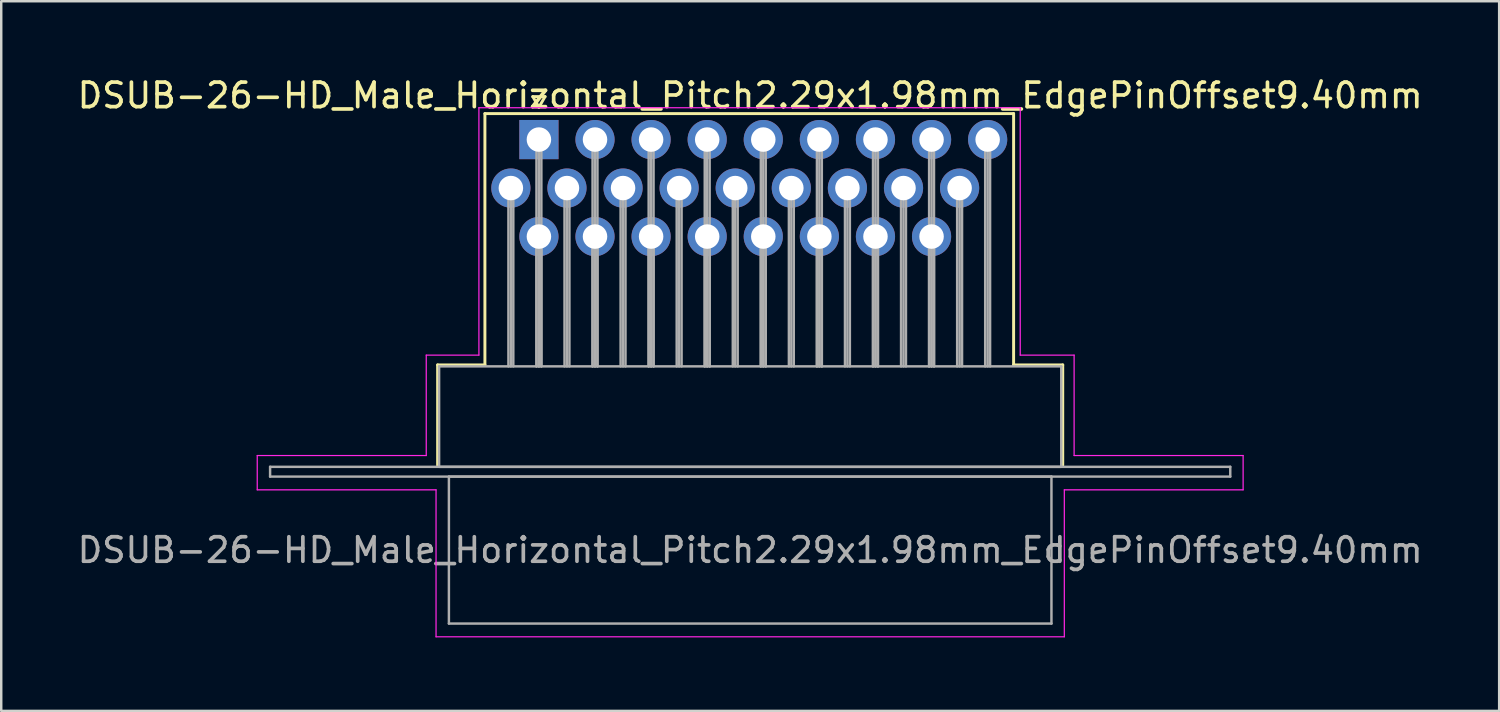
<source format=kicad_pcb>
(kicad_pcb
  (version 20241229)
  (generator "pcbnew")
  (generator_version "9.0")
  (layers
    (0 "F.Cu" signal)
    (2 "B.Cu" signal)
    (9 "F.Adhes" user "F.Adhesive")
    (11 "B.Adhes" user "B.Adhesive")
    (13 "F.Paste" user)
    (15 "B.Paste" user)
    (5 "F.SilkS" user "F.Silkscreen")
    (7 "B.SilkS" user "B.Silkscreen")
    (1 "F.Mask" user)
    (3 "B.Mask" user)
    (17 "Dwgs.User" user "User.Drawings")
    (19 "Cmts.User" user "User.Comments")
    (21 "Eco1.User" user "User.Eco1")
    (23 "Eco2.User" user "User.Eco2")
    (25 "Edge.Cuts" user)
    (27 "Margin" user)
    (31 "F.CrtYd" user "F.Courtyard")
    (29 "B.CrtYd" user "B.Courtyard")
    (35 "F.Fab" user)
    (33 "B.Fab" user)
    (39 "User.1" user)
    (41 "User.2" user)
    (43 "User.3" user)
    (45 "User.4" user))
  (footprint "DSUB-26-HD_Male_Horizontal_Pitch2.29x1.98mm_EdgePinOffset9.40mm"
    (layer "F.Cu")
    (at 18.952 2.648)
    (property "Reference" "DSUB-26-HD_Male_Horizontal_Pitch2.29x1.98mm_EdgePinOffset9.40mm" (at 8.625 -1.8 0) (layer "F.SilkS") (effects (font (size 1 1) (thickness 0.15))))
    (attr through_hole)
    (fp_line (start -4.135 9.2) (end -2.205 9.2) (stroke (width 0.12) (type solid)) (layer "F.SilkS"))
    (fp_line (start -4.135 13.3) (end -4.135 9.2) (stroke (width 0.12) (type solid)) (layer "F.SilkS"))
    (fp_line (start -2.205 -1.06) (end 19.38 -1.06) (stroke (width 0.12) (type solid)) (layer "F.SilkS"))
    (fp_line (start -2.205 9.2) (end -2.205 -1.06) (stroke (width 0.12) (type solid)) (layer "F.SilkS"))
    (fp_line (start -0.25 -1.754) (end 0.25 -1.754) (stroke (width 0.12) (type solid)) (layer "F.SilkS"))
    (fp_line (start 0 -1.321) (end -0.25 -1.754) (stroke (width 0.12) (type solid)) (layer "F.SilkS"))
    (fp_line (start 0.25 -1.754) (end 0 -1.321) (stroke (width 0.12) (type solid)) (layer "F.SilkS"))
    (fp_line (start 19.38 -1.06) (end 19.38 9.2) (stroke (width 0.12) (type solid)) (layer "F.SilkS"))
    (fp_line (start 19.38 9.2) (end 21.385 9.2) (stroke (width 0.12) (type solid)) (layer "F.SilkS"))
    (fp_line (start 21.385 9.2) (end 21.385 13.3) (stroke (width 0.12) (type solid)) (layer "F.SilkS"))
    (fp_line (start -11.5 12.9) (end -4.6 12.9) (stroke (width 0.05) (type solid)) (layer "F.CrtYd"))
    (fp_line (start -11.5 14.3) (end -11.5 12.9) (stroke (width 0.05) (type solid)) (layer "F.CrtYd"))
    (fp_line (start -4.6 8.8) (end -2.45 8.8) (stroke (width 0.05) (type solid)) (layer "F.CrtYd"))
    (fp_line (start -4.6 12.9) (end -4.6 8.8) (stroke (width 0.05) (type solid)) (layer "F.CrtYd"))
    (fp_line (start -4.2 14.3) (end -11.5 14.3) (stroke (width 0.05) (type solid)) (layer "F.CrtYd"))
    (fp_line (start -4.2 20.3) (end -4.2 14.3) (stroke (width 0.05) (type solid)) (layer "F.CrtYd"))
    (fp_line (start -2.45 -1.3) (end 19.65 -1.3) (stroke (width 0.05) (type solid)) (layer "F.CrtYd"))
    (fp_line (start -2.45 8.8) (end -2.45 -1.3) (stroke (width 0.05) (type solid)) (layer "F.CrtYd"))
    (fp_line (start 19.65 -1.3) (end 19.65 8.8) (stroke (width 0.05) (type solid)) (layer "F.CrtYd"))
    (fp_line (start 19.65 8.8) (end 21.85 8.8) (stroke (width 0.05) (type solid)) (layer "F.CrtYd"))
    (fp_line (start 21.45 14.3) (end 21.45 20.3) (stroke (width 0.05) (type solid)) (layer "F.CrtYd"))
    (fp_line (start 21.45 20.3) (end -4.2 20.3) (stroke (width 0.05) (type solid)) (layer "F.CrtYd"))
    (fp_line (start 21.85 8.8) (end 21.85 12.9) (stroke (width 0.05) (type solid)) (layer "F.CrtYd"))
    (fp_line (start 21.85 12.9) (end 28.75 12.9) (stroke (width 0.05) (type solid)) (layer "F.CrtYd"))
    (fp_line (start 28.75 12.9) (end 28.75 14.3) (stroke (width 0.05) (type solid)) (layer "F.CrtYd"))
    (fp_line (start 28.75 14.3) (end 21.45 14.3) (stroke (width 0.05) (type solid)) (layer "F.CrtYd"))
    (fp_line (start -10.975 13.36) (end -10.975 13.76) (stroke (width 0.1) (type solid)) (layer "F.Fab"))
    (fp_line (start -10.975 13.76) (end 28.225 13.76) (stroke (width 0.1) (type solid)) (layer "F.Fab"))
    (fp_line (start -4.075 9.26) (end -4.075 13.36) (stroke (width 0.1) (type solid)) (layer "F.Fab"))
    (fp_line (start -4.075 13.36) (end 21.325 13.36) (stroke (width 0.1) (type solid)) (layer "F.Fab"))
    (fp_line (start -3.675 13.76) (end -3.675 19.76) (stroke (width 0.1) (type solid)) (layer "F.Fab"))
    (fp_line (start -3.675 19.76) (end 20.925 19.76) (stroke (width 0.1) (type solid)) (layer "F.Fab"))
    (fp_line (start -1.245 1.98) (end -1.245 9.26) (stroke (width 0.1) (type solid)) (layer "F.Fab"))
    (fp_line (start -1.145 1.98) (end -1.145 9.26) (stroke (width 0.1) (type solid)) (layer "F.Fab"))
    (fp_line (start -1.045 1.98) (end -1.045 9.26) (stroke (width 0.1) (type solid)) (layer "F.Fab"))
    (fp_line (start -0.1 0) (end -0.1 9.26) (stroke (width 0.1) (type solid)) (layer "F.Fab"))
    (fp_line (start -0.1 3.96) (end -0.1 9.26) (stroke (width 0.1) (type solid)) (layer "F.Fab"))
    (fp_line (start 0 0) (end 0 9.26) (stroke (width 0.1) (type solid)) (layer "F.Fab"))
    (fp_line (start 0 3.96) (end 0 9.26) (stroke (width 0.1) (type solid)) (layer "F.Fab"))
    (fp_line (start 0.1 0) (end 0.1 9.26) (stroke (width 0.1) (type solid)) (layer "F.Fab"))
    (fp_line (start 0.1 3.96) (end 0.1 9.26) (stroke (width 0.1) (type solid)) (layer "F.Fab"))
    (fp_line (start 1.045 1.98) (end 1.045 9.26) (stroke (width 0.1) (type solid)) (layer "F.Fab"))
    (fp_line (start 1.145 1.98) (end 1.145 9.26) (stroke (width 0.1) (type solid)) (layer "F.Fab"))
    (fp_line (start 1.245 1.98) (end 1.245 9.26) (stroke (width 0.1) (type solid)) (layer "F.Fab"))
    (fp_line (start 2.19 0) (end 2.19 9.26) (stroke (width 0.1) (type solid)) (layer "F.Fab"))
    (fp_line (start 2.19 3.96) (end 2.19 9.26) (stroke (width 0.1) (type solid)) (layer "F.Fab"))
    (fp_line (start 2.29 0) (end 2.29 9.26) (stroke (width 0.1) (type solid)) (layer "F.Fab"))
    (fp_line (start 2.29 3.96) (end 2.29 9.26) (stroke (width 0.1) (type solid)) (layer "F.Fab"))
    (fp_line (start 2.39 0) (end 2.39 9.26) (stroke (width 0.1) (type solid)) (layer "F.Fab"))
    (fp_line (start 2.39 3.96) (end 2.39 9.26) (stroke (width 0.1) (type solid)) (layer "F.Fab"))
    (fp_line (start 3.335 1.98) (end 3.335 9.26) (stroke (width 0.1) (type solid)) (layer "F.Fab"))
    (fp_line (start 3.435 1.98) (end 3.435 9.26) (stroke (width 0.1) (type solid)) (layer "F.Fab"))
    (fp_line (start 3.535 1.98) (end 3.535 9.26) (stroke (width 0.1) (type solid)) (layer "F.Fab"))
    (fp_line (start 4.48 0) (end 4.48 9.26) (stroke (width 0.1) (type solid)) (layer "F.Fab"))
    (fp_line (start 4.48 3.96) (end 4.48 9.26) (stroke (width 0.1) (type solid)) (layer "F.Fab"))
    (fp_line (start 4.58 0) (end 4.58 9.26) (stroke (width 0.1) (type solid)) (layer "F.Fab"))
    (fp_line (start 4.58 3.96) (end 4.58 9.26) (stroke (width 0.1) (type solid)) (layer "F.Fab"))
    (fp_line (start 4.68 0) (end 4.68 9.26) (stroke (width 0.1) (type solid)) (layer "F.Fab"))
    (fp_line (start 4.68 3.96) (end 4.68 9.26) (stroke (width 0.1) (type solid)) (layer "F.Fab"))
    (fp_line (start 5.625 1.98) (end 5.625 9.26) (stroke (width 0.1) (type solid)) (layer "F.Fab"))
    (fp_line (start 5.725 1.98) (end 5.725 9.26) (stroke (width 0.1) (type solid)) (layer "F.Fab"))
    (fp_line (start 5.825 1.98) (end 5.825 9.26) (stroke (width 0.1) (type solid)) (layer "F.Fab"))
    (fp_line (start 6.77 0) (end 6.77 9.26) (stroke (width 0.1) (type solid)) (layer "F.Fab"))
    (fp_line (start 6.77 3.96) (end 6.77 9.26) (stroke (width 0.1) (type solid)) (layer "F.Fab"))
    (fp_line (start 6.87 0) (end 6.87 9.26) (stroke (width 0.1) (type solid)) (layer "F.Fab"))
    (fp_line (start 6.87 3.96) (end 6.87 9.26) (stroke (width 0.1) (type solid)) (layer "F.Fab"))
    (fp_line (start 6.97 0) (end 6.97 9.26) (stroke (width 0.1) (type solid)) (layer "F.Fab"))
    (fp_line (start 6.97 3.96) (end 6.97 9.26) (stroke (width 0.1) (type solid)) (layer "F.Fab"))
    (fp_line (start 7.915 1.98) (end 7.915 9.26) (stroke (width 0.1) (type solid)) (layer "F.Fab"))
    (fp_line (start 8.015 1.98) (end 8.015 9.26) (stroke (width 0.1) (type solid)) (layer "F.Fab"))
    (fp_line (start 8.115 1.98) (end 8.115 9.26) (stroke (width 0.1) (type solid)) (layer "F.Fab"))
    (fp_line (start 9.06 0) (end 9.06 9.26) (stroke (width 0.1) (type solid)) (layer "F.Fab"))
    (fp_line (start 9.06 3.96) (end 9.06 9.26) (stroke (width 0.1) (type solid)) (layer "F.Fab"))
    (fp_line (start 9.16 0) (end 9.16 9.26) (stroke (width 0.1) (type solid)) (layer "F.Fab"))
    (fp_line (start 9.16 3.96) (end 9.16 9.26) (stroke (width 0.1) (type solid)) (layer "F.Fab"))
    (fp_line (start 9.26 0) (end 9.26 9.26) (stroke (width 0.1) (type solid)) (layer "F.Fab"))
    (fp_line (start 9.26 3.96) (end 9.26 9.26) (stroke (width 0.1) (type solid)) (layer "F.Fab"))
    (fp_line (start 10.205 1.98) (end 10.205 9.26) (stroke (width 0.1) (type solid)) (layer "F.Fab"))
    (fp_line (start 10.305 1.98) (end 10.305 9.26) (stroke (width 0.1) (type solid)) (layer "F.Fab"))
    (fp_line (start 10.405 1.98) (end 10.405 9.26) (stroke (width 0.1) (type solid)) (layer "F.Fab"))
    (fp_line (start 11.35 0) (end 11.35 9.26) (stroke (width 0.1) (type solid)) (layer "F.Fab"))
    (fp_line (start 11.35 3.96) (end 11.35 9.26) (stroke (width 0.1) (type solid)) (layer "F.Fab"))
    (fp_line (start 11.45 0) (end 11.45 9.26) (stroke (width 0.1) (type solid)) (layer "F.Fab"))
    (fp_line (start 11.45 3.96) (end 11.45 9.26) (stroke (width 0.1) (type solid)) (layer "F.Fab"))
    (fp_line (start 11.55 0) (end 11.55 9.26) (stroke (width 0.1) (type solid)) (layer "F.Fab"))
    (fp_line (start 11.55 3.96) (end 11.55 9.26) (stroke (width 0.1) (type solid)) (layer "F.Fab"))
    (fp_line (start 12.495 1.98) (end 12.495 9.26) (stroke (width 0.1) (type solid)) (layer "F.Fab"))
    (fp_line (start 12.595 1.98) (end 12.595 9.26) (stroke (width 0.1) (type solid)) (layer "F.Fab"))
    (fp_line (start 12.695 1.98) (end 12.695 9.26) (stroke (width 0.1) (type solid)) (layer "F.Fab"))
    (fp_line (start 13.64 0) (end 13.64 9.26) (stroke (width 0.1) (type solid)) (layer "F.Fab"))
    (fp_line (start 13.64 3.96) (end 13.64 9.26) (stroke (width 0.1) (type solid)) (layer "F.Fab"))
    (fp_line (start 13.74 0) (end 13.74 9.26) (stroke (width 0.1) (type solid)) (layer "F.Fab"))
    (fp_line (start 13.74 3.96) (end 13.74 9.26) (stroke (width 0.1) (type solid)) (layer "F.Fab"))
    (fp_line (start 13.84 0) (end 13.84 9.26) (stroke (width 0.1) (type solid)) (layer "F.Fab"))
    (fp_line (start 13.84 3.96) (end 13.84 9.26) (stroke (width 0.1) (type solid)) (layer "F.Fab"))
    (fp_line (start 14.785 1.98) (end 14.785 9.26) (stroke (width 0.1) (type solid)) (layer "F.Fab"))
    (fp_line (start 14.885 1.98) (end 14.885 9.26) (stroke (width 0.1) (type solid)) (layer "F.Fab"))
    (fp_line (start 14.985 1.98) (end 14.985 9.26) (stroke (width 0.1) (type solid)) (layer "F.Fab"))
    (fp_line (start 15.93 0) (end 15.93 9.26) (stroke (width 0.1) (type solid)) (layer "F.Fab"))
    (fp_line (start 15.93 3.96) (end 15.93 9.26) (stroke (width 0.1) (type solid)) (layer "F.Fab"))
    (fp_line (start 16.03 0) (end 16.03 9.26) (stroke (width 0.1) (type solid)) (layer "F.Fab"))
    (fp_line (start 16.03 3.96) (end 16.03 9.26) (stroke (width 0.1) (type solid)) (layer "F.Fab"))
    (fp_line (start 16.13 0) (end 16.13 9.26) (stroke (width 0.1) (type solid)) (layer "F.Fab"))
    (fp_line (start 16.13 3.96) (end 16.13 9.26) (stroke (width 0.1) (type solid)) (layer "F.Fab"))
    (fp_line (start 17.075 1.98) (end 17.075 9.26) (stroke (width 0.1) (type solid)) (layer "F.Fab"))
    (fp_line (start 17.175 1.98) (end 17.175 9.26) (stroke (width 0.1) (type solid)) (layer "F.Fab"))
    (fp_line (start 17.275 1.98) (end 17.275 9.26) (stroke (width 0.1) (type solid)) (layer "F.Fab"))
    (fp_line (start 18.22 0) (end 18.22 9.26) (stroke (width 0.1) (type solid)) (layer "F.Fab"))
    (fp_line (start 18.32 0) (end 18.32 9.26) (stroke (width 0.1) (type solid)) (layer "F.Fab"))
    (fp_line (start 18.42 0) (end 18.42 9.26) (stroke (width 0.1) (type solid)) (layer "F.Fab"))
    (fp_line (start 20.925 13.76) (end -3.675 13.76) (stroke (width 0.1) (type solid)) (layer "F.Fab"))
    (fp_line (start 20.925 19.76) (end 20.925 13.76) (stroke (width 0.1) (type solid)) (layer "F.Fab"))
    (fp_line (start 21.325 9.26) (end -4.075 9.26) (stroke (width 0.1) (type solid)) (layer "F.Fab"))
    (fp_line (start 21.325 13.36) (end 21.325 9.26) (stroke (width 0.1) (type solid)) (layer "F.Fab"))
    (fp_line (start 28.225 13.36) (end -10.975 13.36) (stroke (width 0.1) (type solid)) (layer "F.Fab"))
    (fp_line (start 28.225 13.76) (end 28.225 13.36) (stroke (width 0.1) (type solid)) (layer "F.Fab"))
    (fp_text user "${REFERENCE}" (at 8.625 16.76 0) (layer "F.Fab") (effects (font (size 1 1) (thickness 0.15))))
    (pad "1" thru_hole rect (at 0 0) (size 1.6 1.6) (drill 1) (layers "*.Cu" "*.Mask"))
    (pad "2" thru_hole circle (at 2.29 0) (size 1.6 1.6) (drill 1) (layers "*.Cu" "*.Mask"))
    (pad "3" thru_hole circle (at 4.58 0) (size 1.6 1.6) (drill 1) (layers "*.Cu" "*.Mask"))
    (pad "4" thru_hole circle (at 6.87 0) (size 1.6 1.6) (drill 1) (layers "*.Cu" "*.Mask"))
    (pad "5" thru_hole circle (at 9.16 0) (size 1.6 1.6) (drill 1) (layers "*.Cu" "*.Mask"))
    (pad "6" thru_hole circle (at 11.45 0) (size 1.6 1.6) (drill 1) (layers "*.Cu" "*.Mask"))
    (pad "7" thru_hole circle (at 13.74 0) (size 1.6 1.6) (drill 1) (layers "*.Cu" "*.Mask"))
    (pad "8" thru_hole circle (at 16.03 0) (size 1.6 1.6) (drill 1) (layers "*.Cu" "*.Mask"))
    (pad "9" thru_hole circle (at 18.32 0) (size 1.6 1.6) (drill 1) (layers "*.Cu" "*.Mask"))
    (pad "10" thru_hole circle (at -1.145 1.98) (size 1.6 1.6) (drill 1) (layers "*.Cu" "*.Mask"))
    (pad "11" thru_hole circle (at 1.145 1.98) (size 1.6 1.6) (drill 1) (layers "*.Cu" "*.Mask"))
    (pad "12" thru_hole circle (at 3.435 1.98) (size 1.6 1.6) (drill 1) (layers "*.Cu" "*.Mask"))
    (pad "13" thru_hole circle (at 5.725 1.98) (size 1.6 1.6) (drill 1) (layers "*.Cu" "*.Mask"))
    (pad "14" thru_hole circle (at 8.015 1.98) (size 1.6 1.6) (drill 1) (layers "*.Cu" "*.Mask"))
    (pad "15" thru_hole circle (at 10.305 1.98) (size 1.6 1.6) (drill 1) (layers "*.Cu" "*.Mask"))
    (pad "16" thru_hole circle (at 12.595 1.98) (size 1.6 1.6) (drill 1) (layers "*.Cu" "*.Mask"))
    (pad "17" thru_hole circle (at 14.885 1.98) (size 1.6 1.6) (drill 1) (layers "*.Cu" "*.Mask"))
    (pad "18" thru_hole circle (at 17.175 1.98) (size 1.6 1.6) (drill 1) (layers "*.Cu" "*.Mask"))
    (pad "19" thru_hole circle (at 0 3.96) (size 1.6 1.6) (drill 1) (layers "*.Cu" "*.Mask"))
    (pad "20" thru_hole circle (at 2.29 3.96) (size 1.6 1.6) (drill 1) (layers "*.Cu" "*.Mask"))
    (pad "21" thru_hole circle (at 4.58 3.96) (size 1.6 1.6) (drill 1) (layers "*.Cu" "*.Mask"))
    (pad "22" thru_hole circle (at 6.87 3.96) (size 1.6 1.6) (drill 1) (layers "*.Cu" "*.Mask"))
    (pad "23" thru_hole circle (at 9.16 3.96) (size 1.6 1.6) (drill 1) (layers "*.Cu" "*.Mask"))
    (pad "24" thru_hole circle (at 11.45 3.96) (size 1.6 1.6) (drill 1) (layers "*.Cu" "*.Mask"))
    (pad "25" thru_hole circle (at 13.74 3.96) (size 1.6 1.6) (drill 1) (layers "*.Cu" "*.Mask"))
    (pad "26" thru_hole circle (at 16.03 3.96) (size 1.6 1.6) (drill 1) (layers "*.Cu" "*.Mask")))
  (gr_rect
    (start -3 -3)
    (end 58.155 25.973)
    (stroke (width 0.1) (type default))
    (fill no)
    (layer "Edge.Cuts")))
</source>
